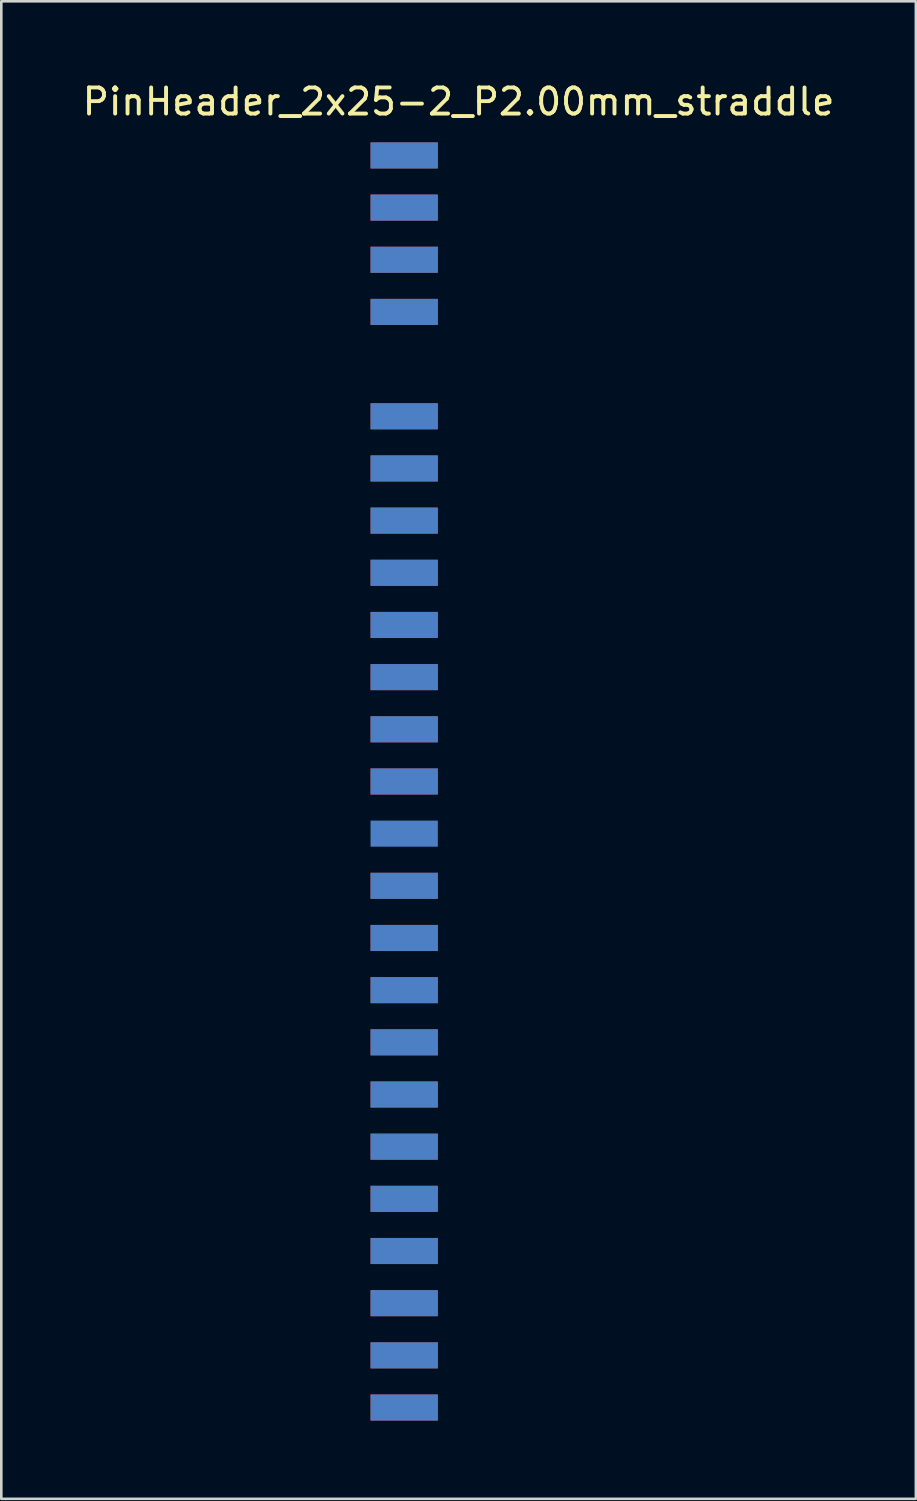
<source format=kicad_pcb>
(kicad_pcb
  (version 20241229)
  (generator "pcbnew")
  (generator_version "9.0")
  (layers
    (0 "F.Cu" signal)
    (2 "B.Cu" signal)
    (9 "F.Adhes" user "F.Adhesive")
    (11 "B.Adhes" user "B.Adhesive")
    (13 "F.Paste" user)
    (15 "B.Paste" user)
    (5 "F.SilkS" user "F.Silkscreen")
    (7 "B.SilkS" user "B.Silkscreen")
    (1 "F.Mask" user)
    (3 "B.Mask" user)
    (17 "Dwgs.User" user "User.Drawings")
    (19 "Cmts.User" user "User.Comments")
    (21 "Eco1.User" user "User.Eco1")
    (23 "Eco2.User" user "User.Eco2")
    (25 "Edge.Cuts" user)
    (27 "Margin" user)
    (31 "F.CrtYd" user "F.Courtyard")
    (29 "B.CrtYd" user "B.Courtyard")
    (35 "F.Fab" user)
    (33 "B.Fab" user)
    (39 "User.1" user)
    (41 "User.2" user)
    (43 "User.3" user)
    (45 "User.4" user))
  (footprint "PinHeader_2x25-2_P2.00mm_straddle"
    (layer "F.Cu")
    (at 14.53 26.908)
    (property "Reference" "PinHeader_2x25-2_P2.00mm_straddle" (at 0 -26.06 0) (layer "F.SilkS") (effects (font (size 1 1) (thickness 0.15))))
    (attr smd)
    (pad "1" smd rect (at -2.085 -14) (size 2.58 1) (layers "F.Cu" "F.Mask" "F.Paste"))
    (pad "2" smd rect (at -2.085 -14) (size 2.58 1) (layers "B.Cu" "B.Mask" "B.Paste"))
    (pad "3" smd rect (at -2.085 -12) (size 2.58 1) (layers "F.Cu" "F.Mask" "F.Paste"))
    (pad "4" smd rect (at -2.085 -12) (size 2.58 1) (layers "B.Cu" "B.Mask" "B.Paste"))
    (pad "5" smd rect (at -2.085 -10) (size 2.58 1) (layers "F.Cu" "F.Mask" "F.Paste"))
    (pad "6" smd rect (at -2.085 -10) (size 2.58 1) (layers "B.Cu" "B.Mask" "B.Paste"))
    (pad "7" smd rect (at -2.085 -8) (size 2.58 1) (layers "F.Cu" "F.Mask" "F.Paste"))
    (pad "8" smd rect (at -2.085 -8) (size 2.58 1) (layers "B.Cu" "B.Mask" "B.Paste"))
    (pad "9" smd rect (at -2.085 -6) (size 2.58 1) (layers "F.Cu" "F.Mask" "F.Paste"))
    (pad "10" smd rect (at -2.085 -6) (size 2.58 1) (layers "B.Cu" "B.Mask" "B.Paste"))
    (pad "11" smd rect (at -2.085 -4) (size 2.58 1) (layers "F.Cu" "F.Mask" "F.Paste"))
    (pad "12" smd rect (at -2.085 -4) (size 2.58 1) (layers "B.Cu" "B.Mask" "B.Paste"))
    (pad "13" smd rect (at -2.085 -2) (size 2.58 1) (layers "F.Cu" "F.Mask" "F.Paste"))
    (pad "14" smd rect (at -2.085 -2) (size 2.58 1) (layers "B.Cu" "B.Mask" "B.Paste"))
    (pad "15" smd rect (at -2.085 0) (size 2.58 1) (layers "F.Cu" "F.Mask" "F.Paste"))
    (pad "16" smd rect (at -2.085 0) (size 2.58 1) (layers "B.Cu" "B.Mask" "B.Paste"))
    (pad "18" smd rect (at -2.085 2) (size 2.58 1) (layers "B.Cu" "B.Mask" "B.Paste"))
    (pad "19" smd rect (at -2.085 4) (size 2.58 1) (layers "F.Cu" "F.Mask" "F.Paste"))
    (pad "20" smd rect (at -2.085 4) (size 2.58 1) (layers "B.Cu" "B.Mask" "B.Paste"))
    (pad "21" smd rect (at -2.085 6) (size 2.58 1) (layers "F.Cu" "F.Mask" "F.Paste"))
    (pad "22" smd rect (at -2.085 6) (size 2.58 1) (layers "B.Cu" "B.Mask" "B.Paste"))
    (pad "23" smd rect (at -2.085 8) (size 2.58 1) (layers "F.Cu" "F.Mask" "F.Paste"))
    (pad "24" smd rect (at -2.085 8) (size 2.58 1) (layers "B.Cu" "B.Mask" "B.Paste"))
    (pad "25" smd rect (at -2.085 10) (size 2.58 1) (layers "F.Cu" "F.Mask" "F.Paste"))
    (pad "26" smd rect (at -2.085 10) (size 2.58 1) (layers "B.Cu" "B.Mask" "B.Paste"))
    (pad "27" smd rect (at -2.085 12) (size 2.58 1) (layers "F.Cu" "F.Mask" "F.Paste"))
    (pad "28" smd rect (at -2.085 12) (size 2.58 1) (layers "B.Cu" "B.Mask" "B.Paste"))
    (pad "29" smd rect (at -2.085 14) (size 2.58 1) (layers "F.Cu" "F.Mask" "F.Paste"))
    (pad "30" smd rect (at -2.085 14) (size 2.58 1) (layers "B.Cu" "B.Mask" "B.Paste"))
    (pad "31" smd rect (at -2.085 16) (size 2.58 1) (layers "F.Cu" "F.Mask" "F.Paste"))
    (pad "32" smd rect (at -2.085 16) (size 2.58 1) (layers "B.Cu" "B.Mask" "B.Paste"))
    (pad "33" smd rect (at -2.085 18) (size 2.58 1) (layers "F.Cu" "F.Mask" "F.Paste"))
    (pad "34" smd rect (at -2.085 18) (size 2.58 1) (layers "B.Cu" "B.Mask" "B.Paste"))
    (pad "35" smd rect (at -2.085 20) (size 2.58 1) (layers "F.Cu" "F.Mask" "F.Paste"))
    (pad "36" smd rect (at -2.085 20) (size 2.58 1) (layers "B.Cu" "B.Mask" "B.Paste"))
    (pad "37" smd rect (at -2.085 22) (size 2.58 1) (layers "F.Cu" "F.Mask" "F.Paste"))
    (pad "38" smd rect (at -2.085 22) (size 2.58 1) (layers "B.Cu" "B.Mask" "B.Paste"))
    (pad "39" smd rect (at -2.085 24) (size 2.58 1) (layers "F.Cu" "F.Mask" "F.Paste"))
    (pad "40" smd rect (at -2.085 24) (size 2.58 1) (layers "B.Cu" "B.Mask" "B.Paste"))
    (pad "43" smd rect (at -2.085 -24) (size 2.58 1) (layers "F.Cu" "F.Mask" "F.Paste"))
    (pad "44" smd rect (at -2.085 -24) (size 2.58 1) (layers "B.Cu" "B.Mask" "B.Paste"))
    (pad "45" smd rect (at -2.085 -22) (size 2.58 1) (layers "F.Cu" "F.Mask" "F.Paste"))
    (pad "46" smd rect (at -2.085 -22) (size 2.58 1) (layers "B.Cu" "B.Mask" "B.Paste"))
    (pad "47" smd rect (at -2.085 -20) (size 2.58 1) (layers "F.Cu" "F.Mask" "F.Paste"))
    (pad "48" smd rect (at -2.085 -20) (size 2.58 1) (layers "B.Cu" "B.Mask" "B.Paste"))
    (pad "49" smd rect (at -2.085 -18) (size 2.58 1) (layers "F.Cu" "F.Mask" "F.Paste"))
    (pad "50" smd rect (at -2.085 -18) (size 2.58 1) (layers "B.Cu" "B.Mask" "B.Paste")))
  (gr_rect
    (start -3 -3)
    (end 32.06 54.408)
    (stroke (width 0.1) (type default))
    (fill no)
    (layer "Edge.Cuts")))
</source>
